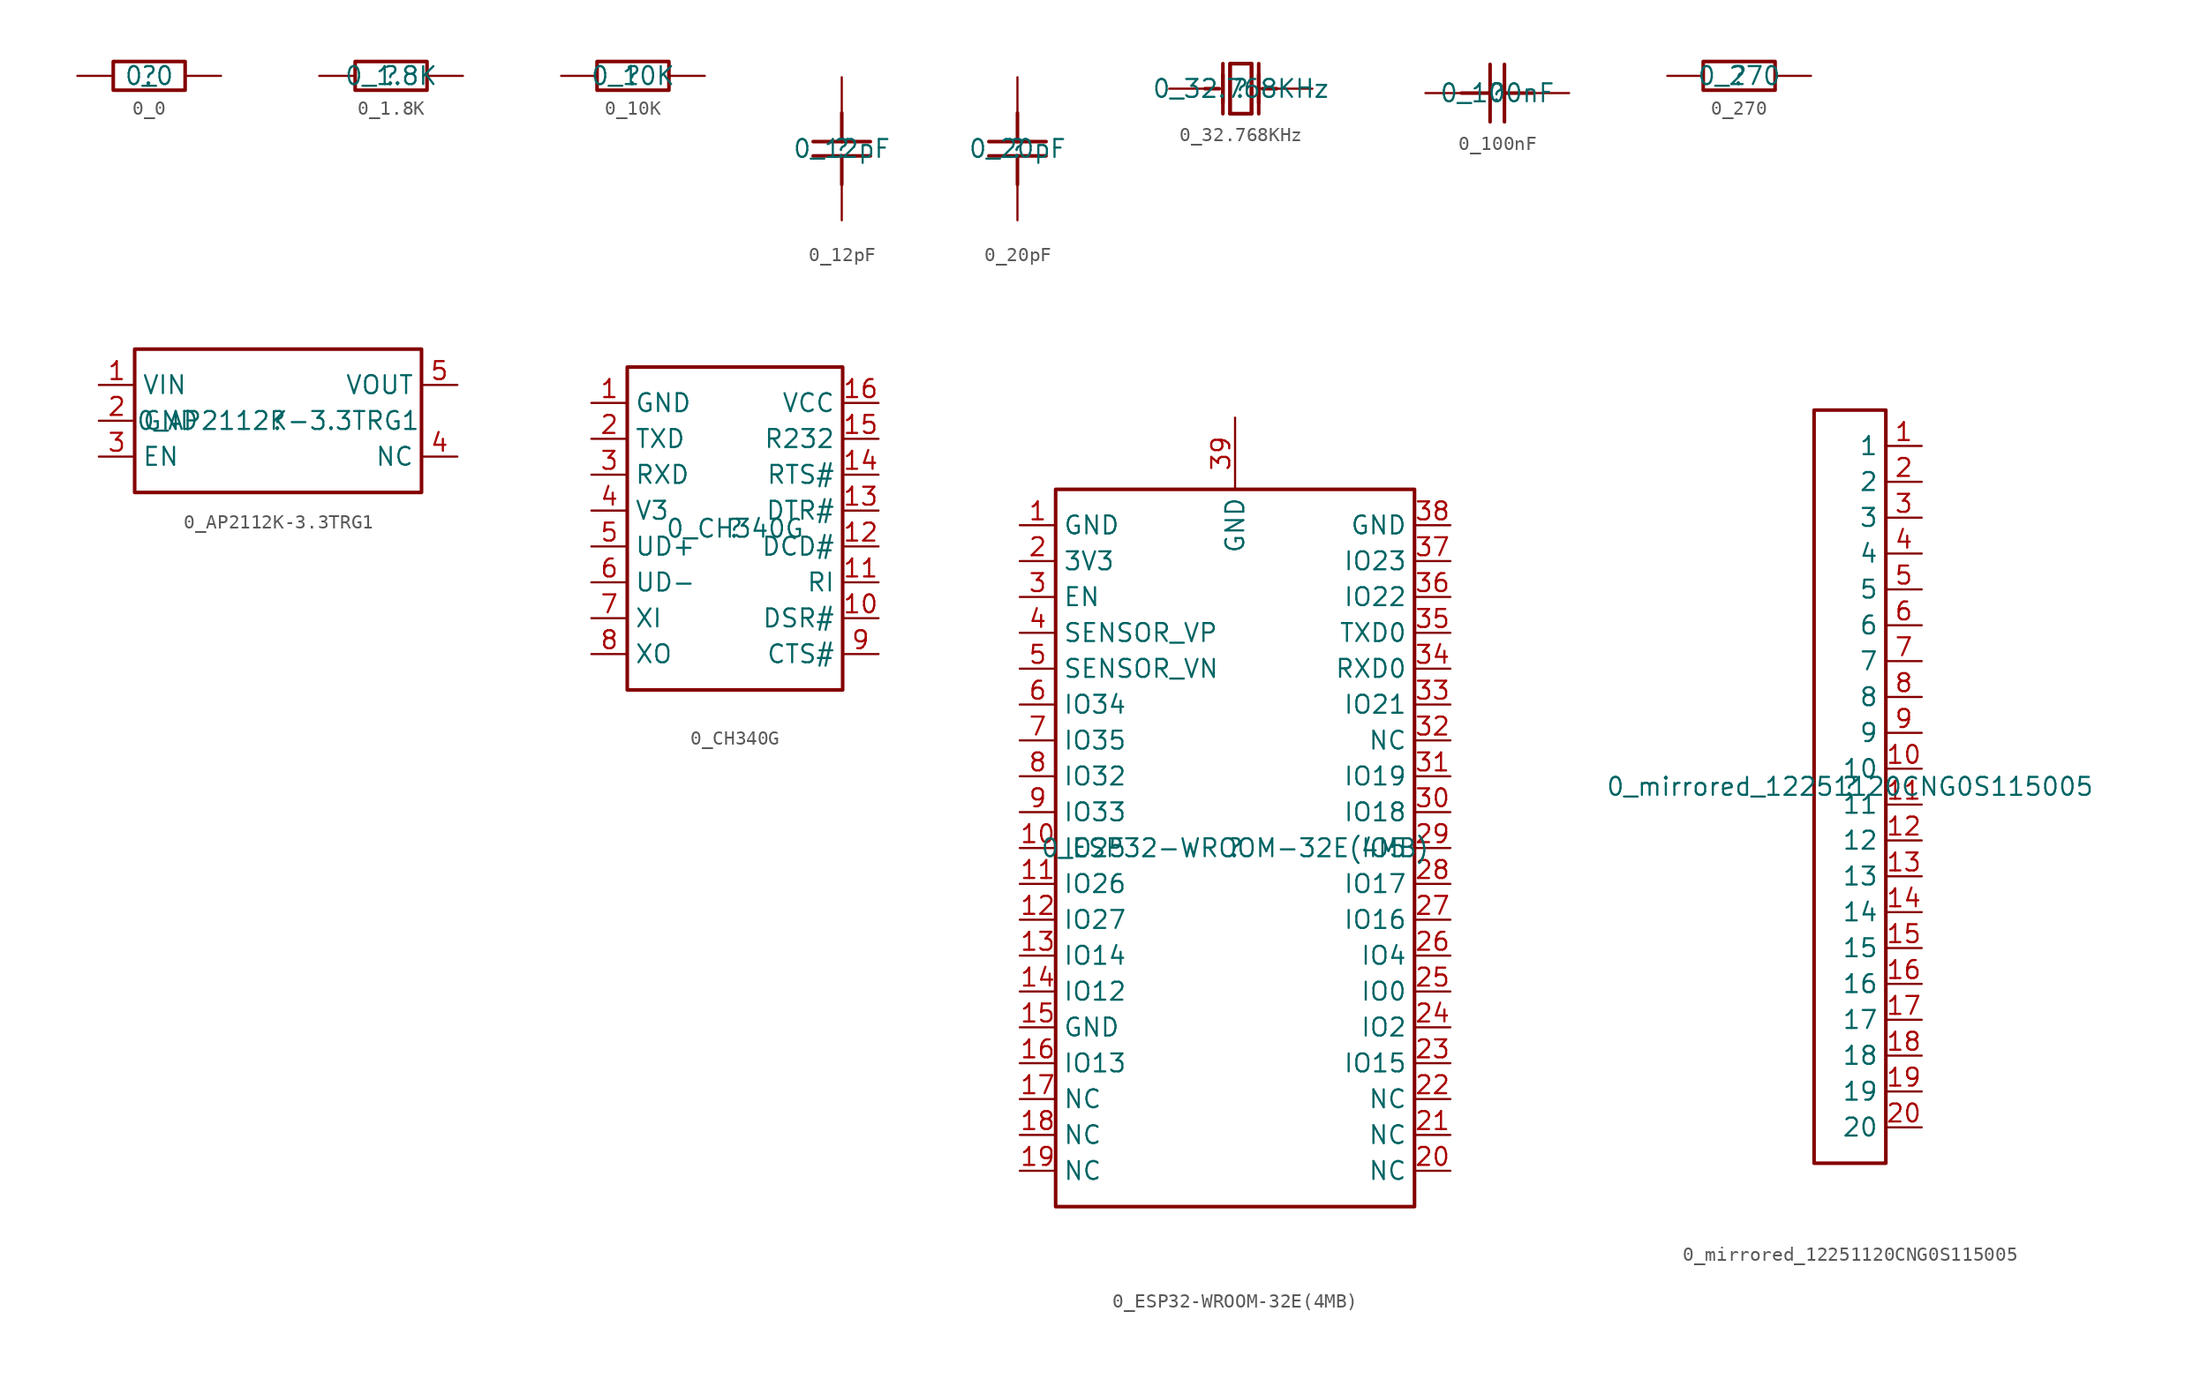
<source format=kicad_sym>
(kicad_symbol_lib
  (version 20220102)
  (generator kicad_symbol_editor)
  (symbol "0_0"
    (property "Reference" ""
      (at 0 0 0)
      (effects (font (size 1.27 1.27))))
    (property "Value" "0_0"
      (at 0 0 0)
      (effects (font (size 1.27 1.27))))
    (symbol "0_0_1_0"
      (rectangle (start 2.54 1.016) (end -2.54 -1.016) (stroke (width 0.254) (type default)) (fill (type none)))
      (pin passive line (at -5.08 0 0) (length 2.54) (name "1" (effects (font (size 0 0)))) (number "1" (effects (font (size 0 0)))))
      (pin passive line (at 5.08 0 180) (length 2.54) (name "2" (effects (font (size 0 0)))) (number "2" (effects (font (size 0 0)))))))
  (symbol "0_1.8K"
    (property "Reference" ""
      (at 0 0 0)
      (effects (font (size 1.27 1.27))))
    (property "Value" "0_1.8K"
      (at 0 0 0)
      (effects (font (size 1.27 1.27))))
    (symbol "0_1.8K_1_0"
      (rectangle (start 2.54 1.016) (end -2.54 -1.016) (stroke (width 0.254) (type default)) (fill (type none)))
      (pin passive line (at -5.08 0 0) (length 2.54) (name "1" (effects (font (size 0 0)))) (number "1" (effects (font (size 0 0)))))
      (pin passive line (at 5.08 0 180) (length 2.54) (name "2" (effects (font (size 0 0)))) (number "2" (effects (font (size 0 0)))))))
  (symbol "0_10K"
    (property "Reference" ""
      (at 0 0 0)
      (effects (font (size 1.27 1.27))))
    (property "Value" "0_10K"
      (at 0 0 0)
      (effects (font (size 1.27 1.27))))
    (symbol "0_10K_1_0"
      (rectangle (start 2.54 1.016) (end -2.54 -1.016) (stroke (width 0.254) (type default)) (fill (type none)))
      (pin passive line (at -5.08 0 0) (length 2.54) (name "1" (effects (font (size 0 0)))) (number "1" (effects (font (size 0 0)))))
      (pin passive line (at 5.08 0 180) (length 2.54) (name "2" (effects (font (size 0 0)))) (number "2" (effects (font (size 0 0)))))))
  (symbol "0_12pF"
    (property "Reference" ""
      (at 0 0 0)
      (effects (font (size 1.27 1.27))))
    (property "Value" "0_12pF"
      (at 0 0 0)
      (effects (font (size 1.27 1.27))))
    (symbol "0_12pF_1_0"
      (polyline (pts (xy -2.032 0.508) (xy 2.032 0.508)) (stroke (width 0.254) (type default)) (fill (type none)))
      (polyline (pts (xy 0 -0.508) (xy 0 -2.54)) (stroke (width 0.254) (type default)) (fill (type none)))
      (polyline (pts (xy 0 2.54) (xy 0 0.508)) (stroke (width 0.254) (type default)) (fill (type none)))
      (polyline (pts (xy 2.032 -0.508) (xy -2.032 -0.508)) (stroke (width 0.254) (type default)) (fill (type none)))
      (pin passive line (at 0 -5.08 90) (length 2.54) (name "1" (effects (font (size 0 0)))) (number "1" (effects (font (size 0 0)))))
      (pin passive line (at 0 5.08 270) (length 2.54) (name "2" (effects (font (size 0 0)))) (number "2" (effects (font (size 0 0)))))))
  (symbol "0_20pF"
    (property "Reference" ""
      (at 0 0 0)
      (effects (font (size 1.27 1.27))))
    (property "Value" "0_20pF"
      (at 0 0 0)
      (effects (font (size 1.27 1.27))))
    (symbol "0_20pF_1_0"
      (polyline (pts (xy -2.032 0.508) (xy 2.032 0.508)) (stroke (width 0.254) (type default)) (fill (type none)))
      (polyline (pts (xy 0 -0.508) (xy 0 -2.54)) (stroke (width 0.254) (type default)) (fill (type none)))
      (polyline (pts (xy 0 2.54) (xy 0 0.508)) (stroke (width 0.254) (type default)) (fill (type none)))
      (polyline (pts (xy 2.032 -0.508) (xy -2.032 -0.508)) (stroke (width 0.254) (type default)) (fill (type none)))
      (pin passive line (at 0 -5.08 90) (length 2.54) (name "1" (effects (font (size 0 0)))) (number "1" (effects (font (size 0 0)))))
      (pin passive line (at 0 5.08 270) (length 2.54) (name "2" (effects (font (size 0 0)))) (number "2" (effects (font (size 0 0)))))))
  (symbol "0_32.768KHz"
    (property "Reference" ""
      (at 0 0 0)
      (effects (font (size 1.27 1.27))))
    (property "Value" "0_32.768KHz"
      (at 0 0 0)
      (effects (font (size 1.27 1.27))))
    (symbol "0_32.768KHz_1_0"
      (polyline (pts (xy -2.54 0) (xy -1.524 0)) (stroke (width 0.254) (type default)) (fill (type none)))
      (polyline (pts (xy -1.27 -1.778) (xy -1.27 1.778)) (stroke (width 0.254) (type default)) (fill (type none)))
      (polyline (pts (xy -1.27 -1.016) (xy -1.27 1.016)) (stroke (width 0.254) (type default)) (fill (type none)))
      (polyline (pts (xy 0.762 -1.778) (xy -0.762 -1.778)) (stroke (width 0.254) (type default)) (fill (type none)))
      (polyline (pts (xy 1.27 -1.778) (xy 1.27 1.778)) (stroke (width 0.254) (type default)) (fill (type none)))
      (polyline (pts (xy 1.27 -1.016) (xy 1.27 1.016)) (stroke (width 0.254) (type default)) (fill (type none)))
      (polyline (pts (xy 2.54 0) (xy 1.524 0)) (stroke (width 0.254) (type default)) (fill (type none)))
      (polyline (pts (xy -0.762 -1.778) (xy -0.762 1.778) (xy -0.762 1.778) (xy 0.762 1.778) (xy 0.762 1.778) (xy 0.762 -1.778)) (stroke (width 0.254) (type default)) (fill (type none)))
      (polyline (pts (xy 0.762 1.778) (xy 0.762 -1.778) (xy 0.762 -1.778) (xy -0.762 -1.778) (xy -0.762 -1.778) (xy -0.762 1.778) (xy -0.762 1.778) (xy 0.762 1.778)) (stroke (width 0.254) (type default)) (fill (type none)))
      (pin passive line (at -5.08 0 0) (length 2.54) (name "OSC1" (effects (font (size 0 0)))) (number "1" (effects (font (size 0 0)))))
      (pin passive line (at 5.08 0 180) (length 2.54) (name "OSC2" (effects (font (size 0 0)))) (number "2" (effects (font (size 0 0)))))))
  (symbol "0_100nF"
    (property "Reference" ""
      (at 0 0 0)
      (effects (font (size 1.27 1.27))))
    (property "Value" "0_100nF"
      (at 0 0 0)
      (effects (font (size 1.27 1.27))))
    (symbol "0_100nF_1_0"
      (polyline (pts (xy -0.508 -2.032) (xy -0.508 2.032)) (stroke (width 0.254) (type default)) (fill (type none)))
      (polyline (pts (xy -0.508 0) (xy -2.54 0)) (stroke (width 0.254) (type default)) (fill (type none)))
      (polyline (pts (xy 0.508 2.032) (xy 0.508 -2.032)) (stroke (width 0.254) (type default)) (fill (type none)))
      (polyline (pts (xy 2.54 0) (xy 0.508 0)) (stroke (width 0.254) (type default)) (fill (type none)))
      (pin passive line (at -5.08 0 0) (length 2.54) (name "1" (effects (font (size 0 0)))) (number "1" (effects (font (size 0 0)))))
      (pin passive line (at 5.08 0 180) (length 2.54) (name "2" (effects (font (size 0 0)))) (number "2" (effects (font (size 0 0)))))))
  (symbol "0_270"
    (property "Reference" ""
      (at 0 0 0)
      (effects (font (size 1.27 1.27))))
    (property "Value" "0_270"
      (at 0 0 0)
      (effects (font (size 1.27 1.27))))
    (symbol "0_270_1_0"
      (rectangle (start 2.54 1.016) (end -2.54 -1.016) (stroke (width 0.254) (type default)) (fill (type none)))
      (pin passive line (at -5.08 0 0) (length 2.54) (name "1" (effects (font (size 0 0)))) (number "1" (effects (font (size 0 0)))))
      (pin passive line (at 5.08 0 180) (length 2.54) (name "2" (effects (font (size 0 0)))) (number "2" (effects (font (size 0 0)))))))
  (symbol "0_AP2112K-3.3TRG1"
    (property "Reference" ""
      (at 0 0 0)
      (effects (font (size 1.27 1.27))))
    (property "Value" "0_AP2112K-3.3TRG1"
      (at 0 0 0)
      (effects (font (size 1.27 1.27))))
    (symbol "0_AP2112K-3.3TRG1_1_0"
      (rectangle (start 10.16 5.08) (end -10.16 -5.08) (stroke (width 0.254) (type default)) (fill (type none)))
      (pin passive line (at -12.7 2.54 0) (length 2.54) (name "VIN" (effects (font (size 1.27 1.27)))) (number "1" (effects (font (size 1.27 1.27)))))
      (pin passive line (at -12.7 0 0) (length 2.54) (name "GND" (effects (font (size 1.27 1.27)))) (number "2" (effects (font (size 1.27 1.27)))))
      (pin passive line (at -12.7 -2.54 0) (length 2.54) (name "EN" (effects (font (size 1.27 1.27)))) (number "3" (effects (font (size 1.27 1.27)))))
      (pin passive line (at 12.7 -2.54 180) (length 2.54) (name "NC" (effects (font (size 1.27 1.27)))) (number "4" (effects (font (size 1.27 1.27)))))
      (pin passive line (at 12.7 2.54 180) (length 2.54) (name "VOUT" (effects (font (size 1.27 1.27)))) (number "5" (effects (font (size 1.27 1.27)))))))
  (symbol "0_CH340G"
    (property "Reference" ""
      (at 0 0 0)
      (effects (font (size 1.27 1.27))))
    (property "Value" "0_CH340G"
      (at 0 0 0)
      (effects (font (size 1.27 1.27))))
    (symbol "0_CH340G_1_0"
      (rectangle (start 7.62 11.43) (end -7.62 -11.43) (stroke (width 0.254) (type default)) (fill (type none)))
      (pin passive line (at -10.16 8.89 0) (length 2.54) (name "GND" (effects (font (size 1.27 1.27)))) (number "1" (effects (font (size 1.27 1.27)))))
      (pin passive line (at 10.16 -6.35 180) (length 2.54) (name "DSR#" (effects (font (size 1.27 1.27)))) (number "10" (effects (font (size 1.27 1.27)))))
      (pin passive line (at 10.16 -3.81 180) (length 2.54) (name "RI" (effects (font (size 1.27 1.27)))) (number "11" (effects (font (size 1.27 1.27)))))
      (pin passive line (at 10.16 -1.27 180) (length 2.54) (name "DCD#" (effects (font (size 1.27 1.27)))) (number "12" (effects (font (size 1.27 1.27)))))
      (pin passive line (at 10.16 1.27 180) (length 2.54) (name "DTR#" (effects (font (size 1.27 1.27)))) (number "13" (effects (font (size 1.27 1.27)))))
      (pin passive line (at 10.16 3.81 180) (length 2.54) (name "RTS#" (effects (font (size 1.27 1.27)))) (number "14" (effects (font (size 1.27 1.27)))))
      (pin passive line (at 10.16 6.35 180) (length 2.54) (name "R232" (effects (font (size 1.27 1.27)))) (number "15" (effects (font (size 1.27 1.27)))))
      (pin passive line (at 10.16 8.89 180) (length 2.54) (name "VCC" (effects (font (size 1.27 1.27)))) (number "16" (effects (font (size 1.27 1.27)))))
      (pin passive line (at -10.16 6.35 0) (length 2.54) (name "TXD" (effects (font (size 1.27 1.27)))) (number "2" (effects (font (size 1.27 1.27)))))
      (pin passive line (at -10.16 3.81 0) (length 2.54) (name "RXD" (effects (font (size 1.27 1.27)))) (number "3" (effects (font (size 1.27 1.27)))))
      (pin passive line (at -10.16 1.27 0) (length 2.54) (name "V3" (effects (font (size 1.27 1.27)))) (number "4" (effects (font (size 1.27 1.27)))))
      (pin passive line (at -10.16 -1.27 0) (length 2.54) (name "UD+" (effects (font (size 1.27 1.27)))) (number "5" (effects (font (size 1.27 1.27)))))
      (pin passive line (at -10.16 -3.81 0) (length 2.54) (name "UD-" (effects (font (size 1.27 1.27)))) (number "6" (effects (font (size 1.27 1.27)))))
      (pin passive line (at -10.16 -6.35 0) (length 2.54) (name "XI" (effects (font (size 1.27 1.27)))) (number "7" (effects (font (size 1.27 1.27)))))
      (pin passive line (at -10.16 -8.89 0) (length 2.54) (name "XO" (effects (font (size 1.27 1.27)))) (number "8" (effects (font (size 1.27 1.27)))))
      (pin passive line (at 10.16 -8.89 180) (length 2.54) (name "CTS#" (effects (font (size 1.27 1.27)))) (number "9" (effects (font (size 1.27 1.27)))))))
  (symbol "0_ESP32-WROOM-32E(4MB)"
    (property "Reference" ""
      (at 0 0 0)
      (effects (font (size 1.27 1.27))))
    (property "Value" "0_ESP32-WROOM-32E(4MB)"
      (at 0 0 0)
      (effects (font (size 1.27 1.27))))
    (symbol "0_ESP32-WROOM-32E(4MB)_1_0"
      (rectangle (start 12.7 25.4) (end -12.7 -25.4) (stroke (width 0.254) (type default)) (fill (type none)))
      (pin passive line (at -15.24 22.86 0) (length 2.54) (name "GND" (effects (font (size 1.27 1.27)))) (number "1" (effects (font (size 1.27 1.27)))))
      (pin passive line (at -15.24 0 0) (length 2.54) (name "IO25" (effects (font (size 1.27 1.27)))) (number "10" (effects (font (size 1.27 1.27)))))
      (pin passive line (at -15.24 -2.54 0) (length 2.54) (name "IO26" (effects (font (size 1.27 1.27)))) (number "11" (effects (font (size 1.27 1.27)))))
      (pin passive line (at -15.24 -5.08 0) (length 2.54) (name "IO27" (effects (font (size 1.27 1.27)))) (number "12" (effects (font (size 1.27 1.27)))))
      (pin passive line (at -15.24 -7.62 0) (length 2.54) (name "IO14" (effects (font (size 1.27 1.27)))) (number "13" (effects (font (size 1.27 1.27)))))
      (pin passive line (at -15.24 -10.16 0) (length 2.54) (name "IO12" (effects (font (size 1.27 1.27)))) (number "14" (effects (font (size 1.27 1.27)))))
      (pin passive line (at -15.24 -12.7 0) (length 2.54) (name "GND" (effects (font (size 1.27 1.27)))) (number "15" (effects (font (size 1.27 1.27)))))
      (pin passive line (at -15.24 -15.24 0) (length 2.54) (name "IO13" (effects (font (size 1.27 1.27)))) (number "16" (effects (font (size 1.27 1.27)))))
      (pin passive line (at -15.24 -17.78 0) (length 2.54) (name "NC" (effects (font (size 1.27 1.27)))) (number "17" (effects (font (size 1.27 1.27)))))
      (pin passive line (at -15.24 -20.32 0) (length 2.54) (name "NC" (effects (font (size 1.27 1.27)))) (number "18" (effects (font (size 1.27 1.27)))))
      (pin passive line (at -15.24 -22.86 0) (length 2.54) (name "NC" (effects (font (size 1.27 1.27)))) (number "19" (effects (font (size 1.27 1.27)))))
      (pin passive line (at -15.24 20.32 0) (length 2.54) (name "3V3" (effects (font (size 1.27 1.27)))) (number "2" (effects (font (size 1.27 1.27)))))
      (pin passive line (at 15.24 -22.86 180) (length 2.54) (name "NC" (effects (font (size 1.27 1.27)))) (number "20" (effects (font (size 1.27 1.27)))))
      (pin passive line (at 15.24 -20.32 180) (length 2.54) (name "NC" (effects (font (size 1.27 1.27)))) (number "21" (effects (font (size 1.27 1.27)))))
      (pin passive line (at 15.24 -17.78 180) (length 2.54) (name "NC" (effects (font (size 1.27 1.27)))) (number "22" (effects (font (size 1.27 1.27)))))
      (pin passive line (at 15.24 -15.24 180) (length 2.54) (name "IO15" (effects (font (size 1.27 1.27)))) (number "23" (effects (font (size 1.27 1.27)))))
      (pin passive line (at 15.24 -12.7 180) (length 2.54) (name "IO2" (effects (font (size 1.27 1.27)))) (number "24" (effects (font (size 1.27 1.27)))))
      (pin passive line (at 15.24 -10.16 180) (length 2.54) (name "IO0" (effects (font (size 1.27 1.27)))) (number "25" (effects (font (size 1.27 1.27)))))
      (pin passive line (at 15.24 -7.62 180) (length 2.54) (name "IO4" (effects (font (size 1.27 1.27)))) (number "26" (effects (font (size 1.27 1.27)))))
      (pin passive line (at 15.24 -5.08 180) (length 2.54) (name "IO16" (effects (font (size 1.27 1.27)))) (number "27" (effects (font (size 1.27 1.27)))))
      (pin passive line (at 15.24 -2.54 180) (length 2.54) (name "IO17" (effects (font (size 1.27 1.27)))) (number "28" (effects (font (size 1.27 1.27)))))
      (pin passive line (at 15.24 0 180) (length 2.54) (name "IO5" (effects (font (size 1.27 1.27)))) (number "29" (effects (font (size 1.27 1.27)))))
      (pin passive line (at -15.24 17.78 0) (length 2.54) (name "EN" (effects (font (size 1.27 1.27)))) (number "3" (effects (font (size 1.27 1.27)))))
      (pin passive line (at 15.24 2.54 180) (length 2.54) (name "IO18" (effects (font (size 1.27 1.27)))) (number "30" (effects (font (size 1.27 1.27)))))
      (pin passive line (at 15.24 5.08 180) (length 2.54) (name "IO19" (effects (font (size 1.27 1.27)))) (number "31" (effects (font (size 1.27 1.27)))))
      (pin passive line (at 15.24 7.62 180) (length 2.54) (name "NC" (effects (font (size 1.27 1.27)))) (number "32" (effects (font (size 1.27 1.27)))))
      (pin passive line (at 15.24 10.16 180) (length 2.54) (name "IO21" (effects (font (size 1.27 1.27)))) (number "33" (effects (font (size 1.27 1.27)))))
      (pin passive line (at 15.24 12.7 180) (length 2.54) (name "RXD0" (effects (font (size 1.27 1.27)))) (number "34" (effects (font (size 1.27 1.27)))))
      (pin passive line (at 15.24 15.24 180) (length 2.54) (name "TXD0" (effects (font (size 1.27 1.27)))) (number "35" (effects (font (size 1.27 1.27)))))
      (pin passive line (at 15.24 17.78 180) (length 2.54) (name "IO22" (effects (font (size 1.27 1.27)))) (number "36" (effects (font (size 1.27 1.27)))))
      (pin passive line (at 15.24 20.32 180) (length 2.54) (name "IO23" (effects (font (size 1.27 1.27)))) (number "37" (effects (font (size 1.27 1.27)))))
      (pin passive line (at 15.24 22.86 180) (length 2.54) (name "GND" (effects (font (size 1.27 1.27)))) (number "38" (effects (font (size 1.27 1.27)))))
      (pin passive line (at 0 30.48 270) (length 5.08) (name "GND" (effects (font (size 1.27 1.27)))) (number "39" (effects (font (size 1.27 1.27)))))
      (pin passive line (at -15.24 15.24 0) (length 2.54) (name "SENSOR_VP" (effects (font (size 1.27 1.27)))) (number "4" (effects (font (size 1.27 1.27)))))
      (pin passive line (at -15.24 12.7 0) (length 2.54) (name "SENSOR_VN" (effects (font (size 1.27 1.27)))) (number "5" (effects (font (size 1.27 1.27)))))
      (pin passive line (at -15.24 10.16 0) (length 2.54) (name "IO34" (effects (font (size 1.27 1.27)))) (number "6" (effects (font (size 1.27 1.27)))))
      (pin passive line (at -15.24 7.62 0) (length 2.54) (name "IO35" (effects (font (size 1.27 1.27)))) (number "7" (effects (font (size 1.27 1.27)))))
      (pin passive line (at -15.24 5.08 0) (length 2.54) (name "IO32" (effects (font (size 1.27 1.27)))) (number "8" (effects (font (size 1.27 1.27)))))
      (pin passive line (at -15.24 2.54 0) (length 2.54) (name "IO33" (effects (font (size 1.27 1.27)))) (number "9" (effects (font (size 1.27 1.27)))))))
  (symbol "0_mirrored_12251120CNG0S115005"
    (property "Reference" ""
      (at 0 0 0)
      (effects (font (size 1.27 1.27))))
    (property "Value" "0_mirrored_12251120CNG0S115005"
      (at 0 0 0)
      (effects (font (size 1.27 1.27))))
    (symbol "0_mirrored_12251120CNG0S115005_1_0"
      (rectangle (start 2.54 26.67) (end -2.54 -26.67) (stroke (width 0.254) (type default)) (fill (type none)))
      (pin passive line (at 5.08 24.13 180) (length 2.54) (name "1" (effects (font (size 1.27 1.27)))) (number "1" (effects (font (size 1.27 1.27)))))
      (pin passive line (at 5.08 1.27 180) (length 2.54) (name "10" (effects (font (size 1.27 1.27)))) (number "10" (effects (font (size 1.27 1.27)))))
      (pin passive line (at 5.08 -1.27 180) (length 2.54) (name "11" (effects (font (size 1.27 1.27)))) (number "11" (effects (font (size 1.27 1.27)))))
      (pin passive line (at 5.08 -3.81 180) (length 2.54) (name "12" (effects (font (size 1.27 1.27)))) (number "12" (effects (font (size 1.27 1.27)))))
      (pin passive line (at 5.08 -6.35 180) (length 2.54) (name "13" (effects (font (size 1.27 1.27)))) (number "13" (effects (font (size 1.27 1.27)))))
      (pin passive line (at 5.08 -8.89 180) (length 2.54) (name "14" (effects (font (size 1.27 1.27)))) (number "14" (effects (font (size 1.27 1.27)))))
      (pin passive line (at 5.08 -11.43 180) (length 2.54) (name "15" (effects (font (size 1.27 1.27)))) (number "15" (effects (font (size 1.27 1.27)))))
      (pin passive line (at 5.08 -13.97 180) (length 2.54) (name "16" (effects (font (size 1.27 1.27)))) (number "16" (effects (font (size 1.27 1.27)))))
      (pin passive line (at 5.08 -16.51 180) (length 2.54) (name "17" (effects (font (size 1.27 1.27)))) (number "17" (effects (font (size 1.27 1.27)))))
      (pin passive line (at 5.08 -19.05 180) (length 2.54) (name "18" (effects (font (size 1.27 1.27)))) (number "18" (effects (font (size 1.27 1.27)))))
      (pin passive line (at 5.08 -21.59 180) (length 2.54) (name "19" (effects (font (size 1.27 1.27)))) (number "19" (effects (font (size 1.27 1.27)))))
      (pin passive line (at 5.08 21.59 180) (length 2.54) (name "2" (effects (font (size 1.27 1.27)))) (number "2" (effects (font (size 1.27 1.27)))))
      (pin passive line (at 5.08 -24.13 180) (length 2.54) (name "20" (effects (font (size 1.27 1.27)))) (number "20" (effects (font (size 1.27 1.27)))))
      (pin passive line (at 5.08 19.05 180) (length 2.54) (name "3" (effects (font (size 1.27 1.27)))) (number "3" (effects (font (size 1.27 1.27)))))
      (pin passive line (at 5.08 16.51 180) (length 2.54) (name "4" (effects (font (size 1.27 1.27)))) (number "4" (effects (font (size 1.27 1.27)))))
      (pin passive line (at 5.08 13.97 180) (length 2.54) (name "5" (effects (font (size 1.27 1.27)))) (number "5" (effects (font (size 1.27 1.27)))))
      (pin passive line (at 5.08 11.43 180) (length 2.54) (name "6" (effects (font (size 1.27 1.27)))) (number "6" (effects (font (size 1.27 1.27)))))
      (pin passive line (at 5.08 8.89 180) (length 2.54) (name "7" (effects (font (size 1.27 1.27)))) (number "7" (effects (font (size 1.27 1.27)))))
      (pin passive line (at 5.08 6.35 180) (length 2.54) (name "8" (effects (font (size 1.27 1.27)))) (number "8" (effects (font (size 1.27 1.27)))))
      (pin passive line (at 5.08 3.81 180) (length 2.54) (name "9" (effects (font (size 1.27 1.27)))) (number "9" (effects (font (size 1.27 1.27))))))))
</source>
